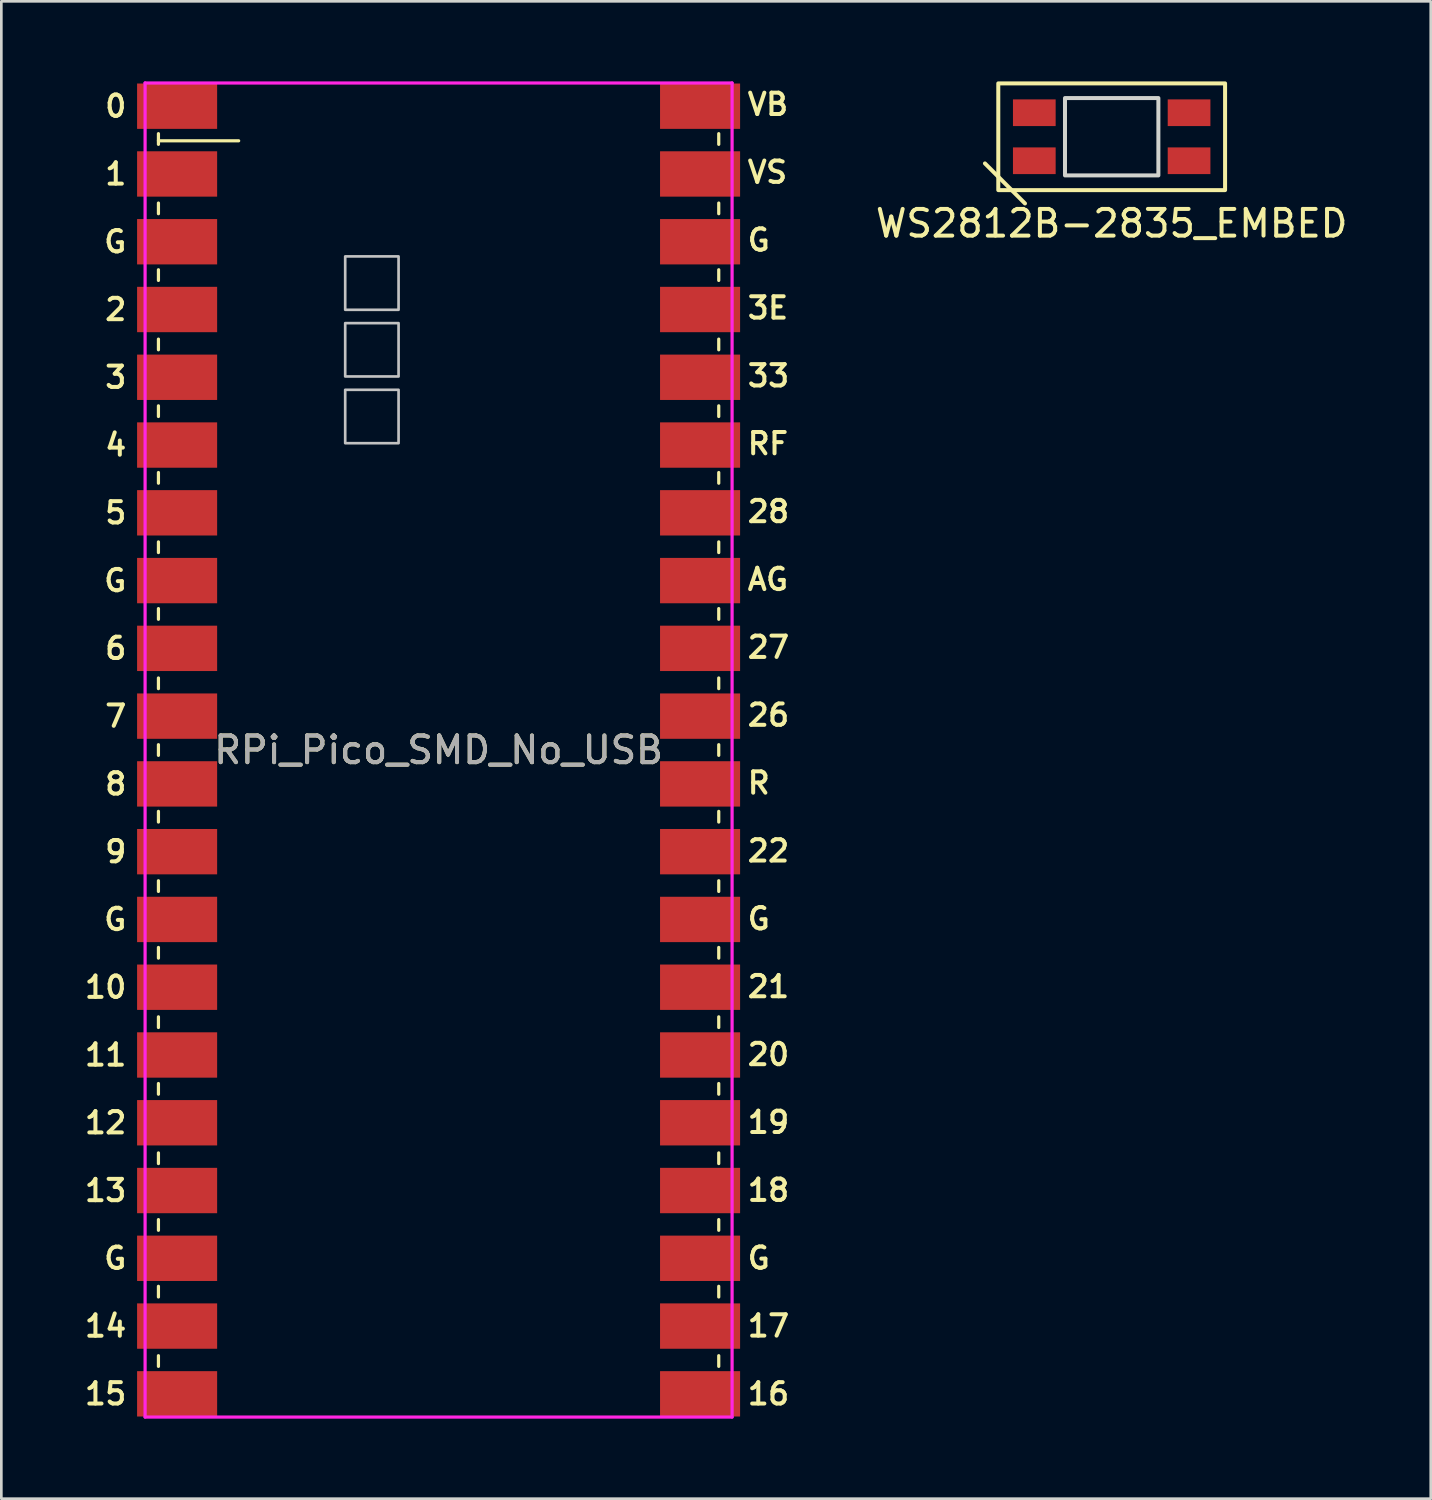
<source format=kicad_pcb>
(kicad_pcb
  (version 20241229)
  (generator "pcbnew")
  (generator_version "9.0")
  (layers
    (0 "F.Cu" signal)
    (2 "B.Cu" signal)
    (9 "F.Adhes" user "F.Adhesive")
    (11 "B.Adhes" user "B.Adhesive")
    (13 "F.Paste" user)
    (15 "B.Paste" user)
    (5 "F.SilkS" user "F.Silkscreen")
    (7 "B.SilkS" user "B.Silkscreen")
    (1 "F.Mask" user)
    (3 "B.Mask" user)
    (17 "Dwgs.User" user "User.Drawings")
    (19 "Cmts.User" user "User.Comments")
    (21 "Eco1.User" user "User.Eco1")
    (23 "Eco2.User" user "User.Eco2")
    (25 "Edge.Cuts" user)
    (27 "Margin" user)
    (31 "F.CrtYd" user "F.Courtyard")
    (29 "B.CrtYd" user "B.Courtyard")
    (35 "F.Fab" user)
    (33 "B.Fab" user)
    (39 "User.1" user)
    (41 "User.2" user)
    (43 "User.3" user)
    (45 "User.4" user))
  (footprint "WS2812B-2835_EMBED"
    (layer "F.Cu")
    (at 38.615 2.075)
    (property "Reference" "WS2812B-2835_EMBED" (at 0 3.25 0) (layer "F.SilkS") (effects (font (size 1 1) (thickness 0.15))))
    (attr smd)
    (fp_line (start -4.75 1) (end -3.25 2.5) (stroke (width 0.15) (type solid)) (layer "F.SilkS"))
    (fp_rect (start -4.25 -2) (end 4.25 2) (stroke (width 0.15) (type default)) (fill no) (layer "F.SilkS"))
    (fp_rect (start -1.75 -1.45) (end 1.75 1.45) (stroke (width 0.15) (type solid)) (fill no) (layer "Edge.Cuts"))
    (pad "G" smd rect (at -2.9 0.9) (size 1.6 1) (layers "F.Cu" "F.Mask" "F.Paste"))
    (pad "I" smd rect (at -2.9 -0.9) (size 1.6 1) (layers "F.Cu" "F.Mask" "F.Paste"))
    (pad "O" smd rect (at 2.9 0.9) (size 1.6 1) (layers "F.Cu" "F.Mask" "F.Paste"))
    (pad "V" smd rect (at 2.9 -0.9) (size 1.6 1) (layers "F.Cu" "F.Mask" "F.Paste")))
  (footprint "RPi_Pico_SMD_No_USB"
    (layer "F.Cu")
    (at 13.388 25.06)
    (property "Reference" "RPi_Pico_SMD_No_USB" (at 0 0 0) (layer "F.SilkS") (effects (font (size 1 1) (thickness 0.15))))
    (attr smd)
    (fp_line (start -10.5 -23.1) (end -10.5 -22.7) (stroke (width 0.12) (type solid)) (layer "F.SilkS"))
    (fp_line (start -10.5 -22.833) (end -7.493 -22.833) (stroke (width 0.12) (type solid)) (layer "F.SilkS"))
    (fp_line (start -10.5 -20.5) (end -10.5 -20.1) (stroke (width 0.12) (type solid)) (layer "F.SilkS"))
    (fp_line (start -10.5 -18) (end -10.5 -17.6) (stroke (width 0.12) (type solid)) (layer "F.SilkS"))
    (fp_line (start -10.5 -15.4) (end -10.5 -15) (stroke (width 0.12) (type solid)) (layer "F.SilkS"))
    (fp_line (start -10.5 -12.9) (end -10.5 -12.5) (stroke (width 0.12) (type solid)) (layer "F.SilkS"))
    (fp_line (start -10.5 -10.4) (end -10.5 -10) (stroke (width 0.12) (type solid)) (layer "F.SilkS"))
    (fp_line (start -10.5 -7.8) (end -10.5 -7.4) (stroke (width 0.12) (type solid)) (layer "F.SilkS"))
    (fp_line (start -10.5 -5.3) (end -10.5 -4.9) (stroke (width 0.12) (type solid)) (layer "F.SilkS"))
    (fp_line (start -10.5 -2.7) (end -10.5 -2.3) (stroke (width 0.12) (type solid)) (layer "F.SilkS"))
    (fp_line (start -10.5 -0.2) (end -10.5 0.2) (stroke (width 0.12) (type solid)) (layer "F.SilkS"))
    (fp_line (start -10.5 2.3) (end -10.5 2.7) (stroke (width 0.12) (type solid)) (layer "F.SilkS"))
    (fp_line (start -10.5 4.9) (end -10.5 5.3) (stroke (width 0.12) (type solid)) (layer "F.SilkS"))
    (fp_line (start -10.5 7.4) (end -10.5 7.8) (stroke (width 0.12) (type solid)) (layer "F.SilkS"))
    (fp_line (start -10.5 10) (end -10.5 10.4) (stroke (width 0.12) (type solid)) (layer "F.SilkS"))
    (fp_line (start -10.5 12.5) (end -10.5 12.9) (stroke (width 0.12) (type solid)) (layer "F.SilkS"))
    (fp_line (start -10.5 15.1) (end -10.5 15.5) (stroke (width 0.12) (type solid)) (layer "F.SilkS"))
    (fp_line (start -10.5 17.6) (end -10.5 18) (stroke (width 0.12) (type solid)) (layer "F.SilkS"))
    (fp_line (start -10.5 20.1) (end -10.5 20.5) (stroke (width 0.12) (type solid)) (layer "F.SilkS"))
    (fp_line (start -10.5 22.7) (end -10.5 23.1) (stroke (width 0.12) (type solid)) (layer "F.SilkS"))
    (fp_line (start 10.5 -23.1) (end 10.5 -22.7) (stroke (width 0.12) (type solid)) (layer "F.SilkS"))
    (fp_line (start 10.5 -20.5) (end 10.5 -20.1) (stroke (width 0.12) (type solid)) (layer "F.SilkS"))
    (fp_line (start 10.5 -18) (end 10.5 -17.6) (stroke (width 0.12) (type solid)) (layer "F.SilkS"))
    (fp_line (start 10.5 -15.4) (end 10.5 -15) (stroke (width 0.12) (type solid)) (layer "F.SilkS"))
    (fp_line (start 10.5 -12.9) (end 10.5 -12.5) (stroke (width 0.12) (type solid)) (layer "F.SilkS"))
    (fp_line (start 10.5 -10.4) (end 10.5 -10) (stroke (width 0.12) (type solid)) (layer "F.SilkS"))
    (fp_line (start 10.5 -7.8) (end 10.5 -7.4) (stroke (width 0.12) (type solid)) (layer "F.SilkS"))
    (fp_line (start 10.5 -5.3) (end 10.5 -4.9) (stroke (width 0.12) (type solid)) (layer "F.SilkS"))
    (fp_line (start 10.5 -2.7) (end 10.5 -2.3) (stroke (width 0.12) (type solid)) (layer "F.SilkS"))
    (fp_line (start 10.5 -0.2) (end 10.5 0.2) (stroke (width 0.12) (type solid)) (layer "F.SilkS"))
    (fp_line (start 10.5 2.3) (end 10.5 2.7) (stroke (width 0.12) (type solid)) (layer "F.SilkS"))
    (fp_line (start 10.5 4.9) (end 10.5 5.3) (stroke (width 0.12) (type solid)) (layer "F.SilkS"))
    (fp_line (start 10.5 7.4) (end 10.5 7.8) (stroke (width 0.12) (type solid)) (layer "F.SilkS"))
    (fp_line (start 10.5 10) (end 10.5 10.4) (stroke (width 0.12) (type solid)) (layer "F.SilkS"))
    (fp_line (start 10.5 12.5) (end 10.5 12.9) (stroke (width 0.12) (type solid)) (layer "F.SilkS"))
    (fp_line (start 10.5 15.1) (end 10.5 15.5) (stroke (width 0.12) (type solid)) (layer "F.SilkS"))
    (fp_line (start 10.5 17.6) (end 10.5 18) (stroke (width 0.12) (type solid)) (layer "F.SilkS"))
    (fp_line (start 10.5 20.1) (end 10.5 20.5) (stroke (width 0.12) (type solid)) (layer "F.SilkS"))
    (fp_line (start 10.5 22.7) (end 10.5 23.1) (stroke (width 0.12) (type solid)) (layer "F.SilkS"))
    (fp_poly (pts (xy -1.5 -16.5) (xy -3.5 -16.5) (xy -3.5 -18.5) (xy -1.5 -18.5)) (stroke (width 0.1) (type solid)) (fill no) (layer "Dwgs.User"))
    (fp_poly (pts (xy -1.5 -14) (xy -3.5 -14) (xy -3.5 -16) (xy -1.5 -16)) (stroke (width 0.1) (type solid)) (fill no) (layer "Dwgs.User"))
    (fp_poly (pts (xy -1.5 -11.5) (xy -3.5 -11.5) (xy -3.5 -13.5) (xy -1.5 -13.5)) (stroke (width 0.1) (type solid)) (fill no) (layer "Dwgs.User"))
    (fp_line (start -11 -25) (end 11 -25) (stroke (width 0.12) (type solid)) (layer "F.CrtYd"))
    (fp_line (start -11 25) (end -11 -25) (stroke (width 0.12) (type solid)) (layer "F.CrtYd"))
    (fp_line (start 11 -25) (end 11 25) (stroke (width 0.12) (type solid)) (layer "F.CrtYd"))
    (fp_line (start 11 25) (end -11 25) (stroke (width 0.12) (type solid)) (layer "F.CrtYd"))
    (fp_text user "4" (at -12.1 -11.43 0) (layer "F.SilkS") (effects (font (size 0.8 0.8) (thickness 0.15))))
    (fp_text user "0" (at -12.1 -24.13 0) (layer "F.SilkS") (effects (font (size 0.8 0.8) (thickness 0.15))))
    (fp_text user "14" (at -12.481 21.59 0) (layer "F.SilkS") (effects (font (size 0.8 0.8) (thickness 0.15))))
    (fp_text user "8" (at -12.1 1.27 0) (layer "F.SilkS") (effects (font (size 0.8 0.8) (thickness 0.15))))
    (fp_text user "11" (at -12.481 11.43 0) (layer "F.SilkS") (effects (font (size 0.8 0.8) (thickness 0.15))))
    (fp_text user "3E" (at 12.343 -16.569 0) (layer "F.SilkS") (effects (font (size 0.8 0.8) (thickness 0.15))))
    (fp_text user "3" (at -12.1 -13.97 0) (layer "F.SilkS") (effects (font (size 0.8 0.8) (thickness 0.15))))
    (fp_text user "7" (at -12.1 -1.27 0) (layer "F.SilkS") (effects (font (size 0.8 0.8) (thickness 0.15))))
    (fp_text user "G" (at 12 6.324 0) (layer "F.SilkS") (effects (font (size 0.8 0.8) (thickness 0.15))))
    (fp_text user "15" (at -12.481 24.13 0) (layer "F.SilkS") (effects (font (size 0.8 0.8) (thickness 0.15))))
    (fp_text user "1" (at -12.1 -21.59 0) (layer "F.SilkS") (effects (font (size 0.8 0.8) (thickness 0.15))))
    (fp_text user "2" (at -12.1 -16.51 0) (layer "F.SilkS") (effects (font (size 0.8 0.8) (thickness 0.15))))
    (fp_text user "VB" (at 12.343 -24.2 0) (layer "F.SilkS") (effects (font (size 0.8 0.8) (thickness 0.15))))
    (fp_text user "G" (at 12 -19.113 0) (layer "F.SilkS") (effects (font (size 0.8 0.8) (thickness 0.15))))
    (fp_text user "G" (at -12.119 19.05 0) (layer "F.SilkS") (effects (font (size 0.8 0.8) (thickness 0.15))))
    (fp_text user "G" (at -12.119 -6.35 0) (layer "F.SilkS") (effects (font (size 0.8 0.8) (thickness 0.15))))
    (fp_text user "27" (at 12.362 -3.851 0) (layer "F.SilkS") (effects (font (size 0.8 0.8) (thickness 0.15))))
    (fp_text user "10" (at -12.481 8.89 0) (layer "F.SilkS") (effects (font (size 0.8 0.8) (thickness 0.15))))
    (fp_text user "VS" (at 12.324 -21.656 0) (layer "F.SilkS") (effects (font (size 0.8 0.8) (thickness 0.15))))
    (fp_text user "G" (at -12.119 6.35 0) (layer "F.SilkS") (effects (font (size 0.8 0.8) (thickness 0.15))))
    (fp_text user "5" (at -12.1 -8.89 0) (layer "F.SilkS") (effects (font (size 0.8 0.8) (thickness 0.15))))
    (fp_text user "18" (at 12.362 16.499 0) (layer "F.SilkS") (effects (font (size 0.8 0.8) (thickness 0.15))))
    (fp_text user "12" (at -12.481 13.97 0) (layer "F.SilkS") (effects (font (size 0.8 0.8) (thickness 0.15))))
    (fp_text user "RF" (at 12.343 -11.482 0) (layer "F.SilkS") (effects (font (size 0.8 0.8) (thickness 0.15))))
    (fp_text user "AG" (at 12.343 -6.394 0) (layer "F.SilkS") (effects (font (size 0.8 0.8) (thickness 0.15))))
    (fp_text user "G" (at -12.119 -19.05 0) (layer "F.SilkS") (effects (font (size 0.8 0.8) (thickness 0.15))))
    (fp_text user "28" (at 12.362 -8.938 0) (layer "F.SilkS") (effects (font (size 0.8 0.8) (thickness 0.15))))
    (fp_text user "19" (at 12.362 13.955 0) (layer "F.SilkS") (effects (font (size 0.8 0.8) (thickness 0.15))))
    (fp_text user "17" (at 12.362 21.586 0) (layer "F.SilkS") (effects (font (size 0.8 0.8) (thickness 0.15))))
    (fp_text user "22" (at 12.362 3.781 0) (layer "F.SilkS") (effects (font (size 0.8 0.8) (thickness 0.15))))
    (fp_text user "33" (at 12.362 -14.025 0) (layer "F.SilkS") (effects (font (size 0.8 0.8) (thickness 0.15))))
    (fp_text user "21" (at 12.362 8.868 0) (layer "F.SilkS") (effects (font (size 0.8 0.8) (thickness 0.15))))
    (fp_text user "20" (at 12.362 11.412 0) (layer "F.SilkS") (effects (font (size 0.8 0.8) (thickness 0.15))))
    (fp_text user "26" (at 12.362 -1.307 0) (layer "F.SilkS") (effects (font (size 0.8 0.8) (thickness 0.15))))
    (fp_text user "9" (at -12.1 3.81 0) (layer "F.SilkS") (effects (font (size 0.8 0.8) (thickness 0.15))))
    (fp_text user "6" (at -12.1 -3.81 0) (layer "F.SilkS") (effects (font (size 0.8 0.8) (thickness 0.15))))
    (fp_text user "16" (at 12.362 24.13 0) (layer "F.SilkS") (effects (font (size 0.8 0.8) (thickness 0.15))))
    (fp_text user "R" (at 12 1.237 0) (layer "F.SilkS") (effects (font (size 0.8 0.8) (thickness 0.15))))
    (fp_text user "13" (at -12.481 16.51 0) (layer "F.SilkS") (effects (font (size 0.8 0.8) (thickness 0.15))))
    (fp_text user "G" (at 12 19.043 0) (layer "F.SilkS") (effects (font (size 0.8 0.8) (thickness 0.15))))
    (fp_text user "${REFERENCE}" (at 0 0 180) (layer "F.Fab") (effects (font (size 1 1) (thickness 0.15))))
    (pad "1" smd rect (at -9.8 -24.13) (size 3 1.7) (layers "F.Cu" "F.Mask"))
    (pad "2" smd rect (at -9.8 -21.59) (size 3 1.7) (layers "F.Cu" "F.Mask"))
    (pad "3" smd rect (at -9.8 -19.05) (size 3 1.7) (layers "F.Cu" "F.Mask"))
    (pad "4" smd rect (at -9.8 -16.51) (size 3 1.7) (layers "F.Cu" "F.Mask"))
    (pad "5" smd rect (at -9.8 -13.97) (size 3 1.7) (layers "F.Cu" "F.Mask"))
    (pad "6" smd rect (at -9.8 -11.43) (size 3 1.7) (layers "F.Cu" "F.Mask"))
    (pad "7" smd rect (at -9.8 -8.89) (size 3 1.7) (layers "F.Cu" "F.Mask"))
    (pad "8" smd rect (at -9.8 -6.35) (size 3 1.7) (layers "F.Cu" "F.Mask"))
    (pad "9" smd rect (at -9.8 -3.81) (size 3 1.7) (layers "F.Cu" "F.Mask"))
    (pad "10" smd rect (at -9.8 -1.27) (size 3 1.7) (layers "F.Cu" "F.Mask"))
    (pad "11" smd rect (at -9.8 1.27) (size 3 1.7) (layers "F.Cu" "F.Mask"))
    (pad "12" smd rect (at -9.8 3.81) (size 3 1.7) (layers "F.Cu" "F.Mask"))
    (pad "13" smd rect (at -9.8 6.35) (size 3 1.7) (layers "F.Cu" "F.Mask"))
    (pad "14" smd rect (at -9.8 8.89) (size 3 1.7) (layers "F.Cu" "F.Mask"))
    (pad "15" smd rect (at -9.8 11.43) (size 3 1.7) (layers "F.Cu" "F.Mask"))
    (pad "16" smd rect (at -9.8 13.97) (size 3 1.7) (layers "F.Cu" "F.Mask"))
    (pad "17" smd rect (at -9.8 16.51) (size 3 1.7) (layers "F.Cu" "F.Mask"))
    (pad "18" smd rect (at -9.8 19.05) (size 3 1.7) (layers "F.Cu" "F.Mask"))
    (pad "19" smd rect (at -9.8 21.59) (size 3 1.7) (layers "F.Cu" "F.Mask"))
    (pad "20" smd rect (at -9.8 24.13) (size 3 1.7) (layers "F.Cu" "F.Mask"))
    (pad "21" smd rect (at 9.8 24.13) (size 3 1.7) (layers "F.Cu" "F.Mask"))
    (pad "22" smd rect (at 9.8 21.59) (size 3 1.7) (layers "F.Cu" "F.Mask"))
    (pad "23" smd rect (at 9.8 19.05) (size 3 1.7) (layers "F.Cu" "F.Mask"))
    (pad "24" smd rect (at 9.8 16.51) (size 3 1.7) (layers "F.Cu" "F.Mask"))
    (pad "25" smd rect (at 9.8 13.97) (size 3 1.7) (layers "F.Cu" "F.Mask"))
    (pad "26" smd rect (at 9.8 11.43) (size 3 1.7) (layers "F.Cu" "F.Mask"))
    (pad "27" smd rect (at 9.8 8.89) (size 3 1.7) (layers "F.Cu" "F.Mask"))
    (pad "28" smd rect (at 9.8 6.35) (size 3 1.7) (layers "F.Cu" "F.Mask"))
    (pad "29" smd rect (at 9.8 3.81) (size 3 1.7) (layers "F.Cu" "F.Mask"))
    (pad "30" smd rect (at 9.8 1.27) (size 3 1.7) (layers "F.Cu" "F.Mask"))
    (pad "31" smd rect (at 9.8 -1.27) (size 3 1.7) (layers "F.Cu" "F.Mask"))
    (pad "32" smd rect (at 9.8 -3.81) (size 3 1.7) (layers "F.Cu" "F.Mask"))
    (pad "33" smd rect (at 9.8 -6.35) (size 3 1.7) (layers "F.Cu" "F.Mask"))
    (pad "34" smd rect (at 9.8 -8.89) (size 3 1.7) (layers "F.Cu" "F.Mask"))
    (pad "35" smd rect (at 9.8 -11.43) (size 3 1.7) (layers "F.Cu" "F.Mask"))
    (pad "36" smd rect (at 9.8 -13.97) (size 3 1.7) (layers "F.Cu" "F.Mask"))
    (pad "37" smd rect (at 9.8 -16.51) (size 3 1.7) (layers "F.Cu" "F.Mask"))
    (pad "38" smd rect (at 9.8 -19.05) (size 3 1.7) (layers "F.Cu" "F.Mask"))
    (pad "39" smd rect (at 9.8 -21.59) (size 3 1.7) (layers "F.Cu" "F.Mask"))
    (pad "40" smd rect (at 9.8 -24.13) (size 3 1.7) (layers "F.Cu" "F.Mask")))
  (gr_rect
    (start -3 -3)
    (end 50.573 53.12)
    (stroke (width 0.1) (type default))
    (fill no)
    (layer "Edge.Cuts")))
</source>
